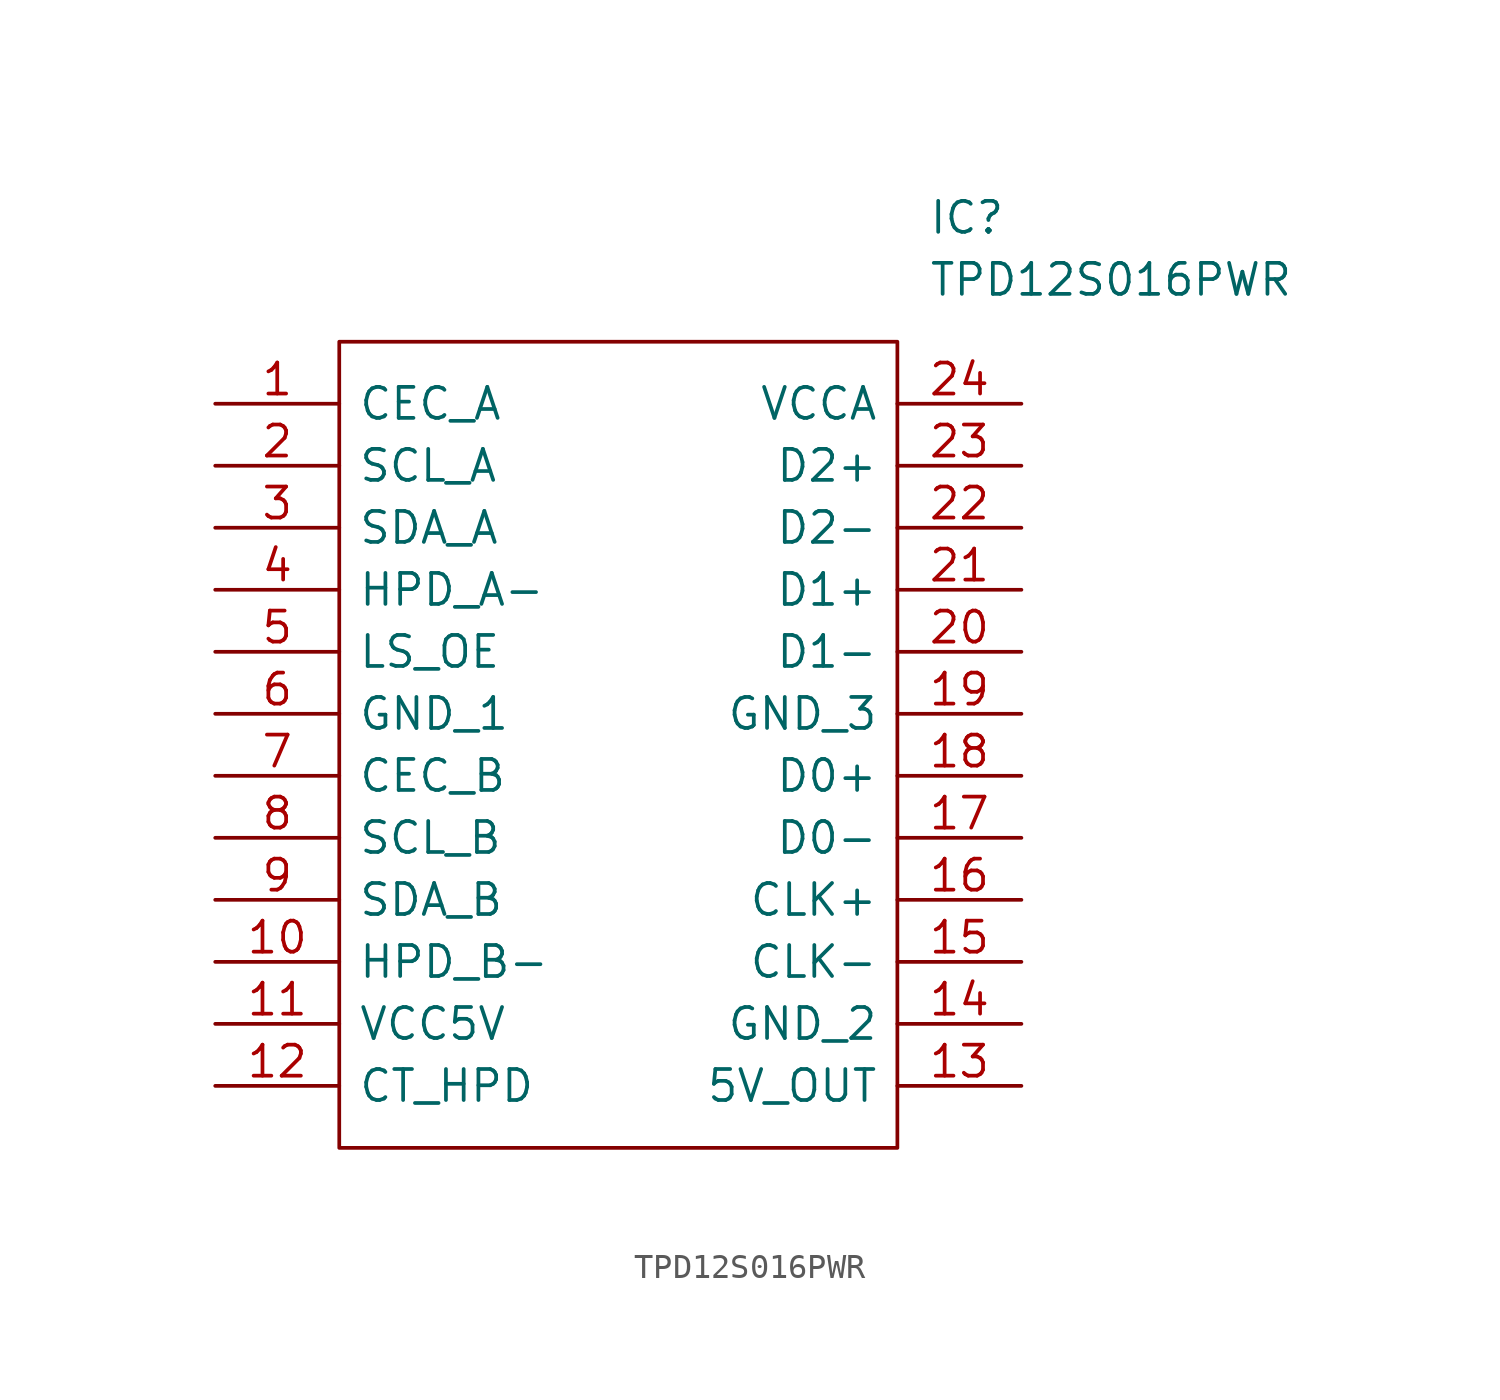
<source format=kicad_sym>
(kicad_symbol_lib
  (version 20211014)
  (generator kicad_symbol_editor)
  (symbol "TPD12S016PWR"
    (pin_names
      (offset 0.762))
    (property "Reference" "IC"
      (at 29.21 7.62 0)
      (effects (font (size 1.27 1.27)) (justify left)))
    (property "Value" "TPD12S016PWR"
      (at 29.21 5.08 0)
      (effects (font (size 1.27 1.27)) (justify left)))
    (symbol "TPD12S016PWR_0_0"
      (pin passive line (at 0 0 0) (length 5.08) (name "CEC_A" (effects (font (size 1.27 1.27)))) (number "1" (effects (font (size 1.27 1.27)))))
      (pin passive line (at 0 -22.86 0) (length 5.08) (name "HPD_B-" (effects (font (size 1.27 1.27)))) (number "10" (effects (font (size 1.27 1.27)))))
      (pin passive line (at 0 -25.4 0) (length 5.08) (name "VCC5V" (effects (font (size 1.27 1.27)))) (number "11" (effects (font (size 1.27 1.27)))))
      (pin passive line (at 0 -27.94 0) (length 5.08) (name "CT_HPD" (effects (font (size 1.27 1.27)))) (number "12" (effects (font (size 1.27 1.27)))))
      (pin passive line (at 33.02 -27.94 180) (length 5.08) (name "5V_OUT" (effects (font (size 1.27 1.27)))) (number "13" (effects (font (size 1.27 1.27)))))
      (pin passive line (at 33.02 -25.4 180) (length 5.08) (name "GND_2" (effects (font (size 1.27 1.27)))) (number "14" (effects (font (size 1.27 1.27)))))
      (pin passive line (at 33.02 -22.86 180) (length 5.08) (name "CLK-" (effects (font (size 1.27 1.27)))) (number "15" (effects (font (size 1.27 1.27)))))
      (pin passive line (at 33.02 -20.32 180) (length 5.08) (name "CLK+" (effects (font (size 1.27 1.27)))) (number "16" (effects (font (size 1.27 1.27)))))
      (pin passive line (at 33.02 -17.78 180) (length 5.08) (name "D0-" (effects (font (size 1.27 1.27)))) (number "17" (effects (font (size 1.27 1.27)))))
      (pin passive line (at 33.02 -15.24 180) (length 5.08) (name "D0+" (effects (font (size 1.27 1.27)))) (number "18" (effects (font (size 1.27 1.27)))))
      (pin passive line (at 33.02 -12.7 180) (length 5.08) (name "GND_3" (effects (font (size 1.27 1.27)))) (number "19" (effects (font (size 1.27 1.27)))))
      (pin passive line (at 0 -2.54 0) (length 5.08) (name "SCL_A" (effects (font (size 1.27 1.27)))) (number "2" (effects (font (size 1.27 1.27)))))
      (pin passive line (at 33.02 -10.16 180) (length 5.08) (name "D1-" (effects (font (size 1.27 1.27)))) (number "20" (effects (font (size 1.27 1.27)))))
      (pin passive line (at 33.02 -7.62 180) (length 5.08) (name "D1+" (effects (font (size 1.27 1.27)))) (number "21" (effects (font (size 1.27 1.27)))))
      (pin passive line (at 33.02 -5.08 180) (length 5.08) (name "D2-" (effects (font (size 1.27 1.27)))) (number "22" (effects (font (size 1.27 1.27)))))
      (pin passive line (at 33.02 -2.54 180) (length 5.08) (name "D2+" (effects (font (size 1.27 1.27)))) (number "23" (effects (font (size 1.27 1.27)))))
      (pin passive line (at 33.02 0 180) (length 5.08) (name "VCCA" (effects (font (size 1.27 1.27)))) (number "24" (effects (font (size 1.27 1.27)))))
      (pin passive line (at 0 -5.08 0) (length 5.08) (name "SDA_A" (effects (font (size 1.27 1.27)))) (number "3" (effects (font (size 1.27 1.27)))))
      (pin passive line (at 0 -7.62 0) (length 5.08) (name "HPD_A-" (effects (font (size 1.27 1.27)))) (number "4" (effects (font (size 1.27 1.27)))))
      (pin passive line (at 0 -10.16 0) (length 5.08) (name "LS_OE" (effects (font (size 1.27 1.27)))) (number "5" (effects (font (size 1.27 1.27)))))
      (pin passive line (at 0 -12.7 0) (length 5.08) (name "GND_1" (effects (font (size 1.27 1.27)))) (number "6" (effects (font (size 1.27 1.27)))))
      (pin passive line (at 0 -15.24 0) (length 5.08) (name "CEC_B" (effects (font (size 1.27 1.27)))) (number "7" (effects (font (size 1.27 1.27)))))
      (pin passive line (at 0 -17.78 0) (length 5.08) (name "SCL_B" (effects (font (size 1.27 1.27)))) (number "8" (effects (font (size 1.27 1.27)))))
      (pin passive line (at 0 -20.32 0) (length 5.08) (name "SDA_B" (effects (font (size 1.27 1.27)))) (number "9" (effects (font (size 1.27 1.27))))))
    (symbol "TPD12S016PWR_0_1"
      (polyline (pts (xy 5.08 2.54) (xy 27.94 2.54) (xy 27.94 -30.48) (xy 5.08 -30.48) (xy 5.08 2.54)) (stroke (width 0.152) (type default) (color 0 0 0 0)) (fill (type none))))))
</source>
